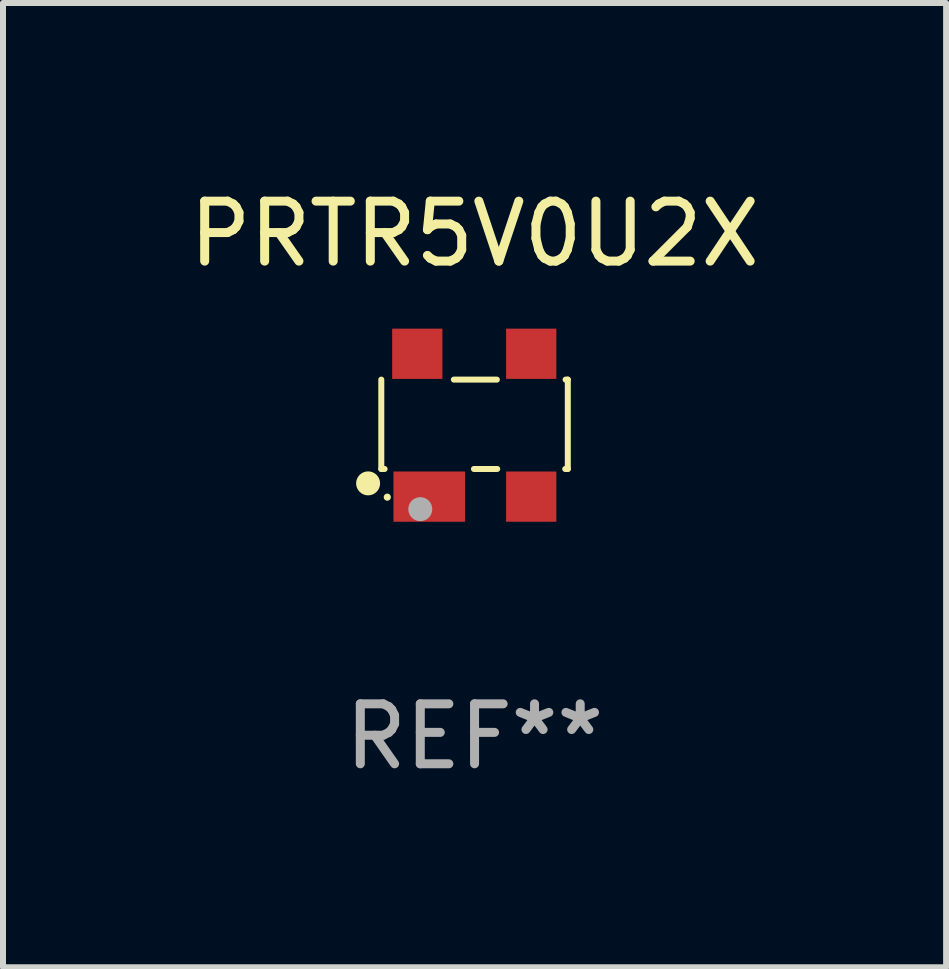
<source format=kicad_pcb>
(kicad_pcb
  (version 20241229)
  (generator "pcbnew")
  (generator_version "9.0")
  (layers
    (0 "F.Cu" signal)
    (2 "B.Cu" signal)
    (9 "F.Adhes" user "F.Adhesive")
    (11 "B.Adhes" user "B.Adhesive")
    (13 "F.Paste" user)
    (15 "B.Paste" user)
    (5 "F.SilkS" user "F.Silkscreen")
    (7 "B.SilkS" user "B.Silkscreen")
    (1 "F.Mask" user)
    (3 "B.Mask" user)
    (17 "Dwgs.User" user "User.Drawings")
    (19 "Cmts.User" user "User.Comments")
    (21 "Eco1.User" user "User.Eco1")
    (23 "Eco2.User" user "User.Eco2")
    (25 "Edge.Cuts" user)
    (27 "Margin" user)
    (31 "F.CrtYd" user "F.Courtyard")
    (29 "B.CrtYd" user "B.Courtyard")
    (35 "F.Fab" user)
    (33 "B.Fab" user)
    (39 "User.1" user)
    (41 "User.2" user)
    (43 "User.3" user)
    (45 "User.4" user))
  (footprint "PRTR5V0U2X"
    (layer "F.Cu")
    (at 4.863 4.04)
    (property "Reference" "PRTR5V0U2X" (at 0 -3.191 0) (layer "F.SilkS") (effects (font (size 1 1) (thickness 0.15))))
    (attr through_hole)
    (fp_line (start -1.555 0.73) (end -1.555 -0.76) (stroke (width 0.1) (type solid)) (layer "F.SilkS"))
    (fp_line (start -1.5 0.73) (end -1.555 0.73) (stroke (width 0.1) (type solid)) (layer "F.SilkS"))
    (fp_line (start -0.345 -0.76) (end 0.372 -0.76) (stroke (width 0.1) (type solid)) (layer "F.SilkS"))
    (fp_line (start 0.378 0.73) (end -0.01 0.73) (stroke (width 0.1) (type solid)) (layer "F.SilkS"))
    (fp_line (start 1.518 -0.76) (end 1.555 -0.76) (stroke (width 0.1) (type solid)) (layer "F.SilkS"))
    (fp_line (start 1.555 -0.76) (end 1.555 0.73) (stroke (width 0.1) (type solid)) (layer "F.SilkS"))
    (fp_line (start 1.555 0.73) (end 1.512 0.73) (stroke (width 0.1) (type solid)) (layer "F.SilkS"))
    (fp_circle (center -1.775 0.97) (end -1.675 0.97) (stroke (width 0.2) (type solid)) (fill no) (layer "F.SilkS"))
    (fp_circle (center -1.455 1.2) (end -1.425 1.2) (stroke (width 0.06) (type solid)) (fill no) (layer "F.SilkS"))
    (fp_circle (center -0.905 1.4) (end -0.805 1.4) (stroke (width 0.2) (type solid)) (fill no) (layer "F.Fab"))
    (fp_text user "REF**" (at 0 5.191 0) (layer "F.Fab") (effects (font (size 1 1) (thickness 0.15))))
    (pad "1" smd rect (at -0.755 1.191) (size 1.194 0.838) (layers "F.Cu" "F.Mask" "F.Paste"))
    (pad "2" smd rect (at 0.945 1.191) (size 0.838 0.838) (layers "F.Cu" "F.Mask" "F.Paste"))
    (pad "3" smd rect (at 0.945 -1.191) (size 0.838 0.838) (layers "F.Cu" "F.Mask" "F.Paste"))
    (pad "4" smd rect (at -0.955 -1.191) (size 0.838 0.838) (layers "F.Cu" "F.Mask" "F.Paste")))
  (gr_rect
    (start -3 -3)
    (end 12.726 13.079)
    (stroke (width 0.1) (type default))
    (fill no)
    (layer "Edge.Cuts")))
</source>
